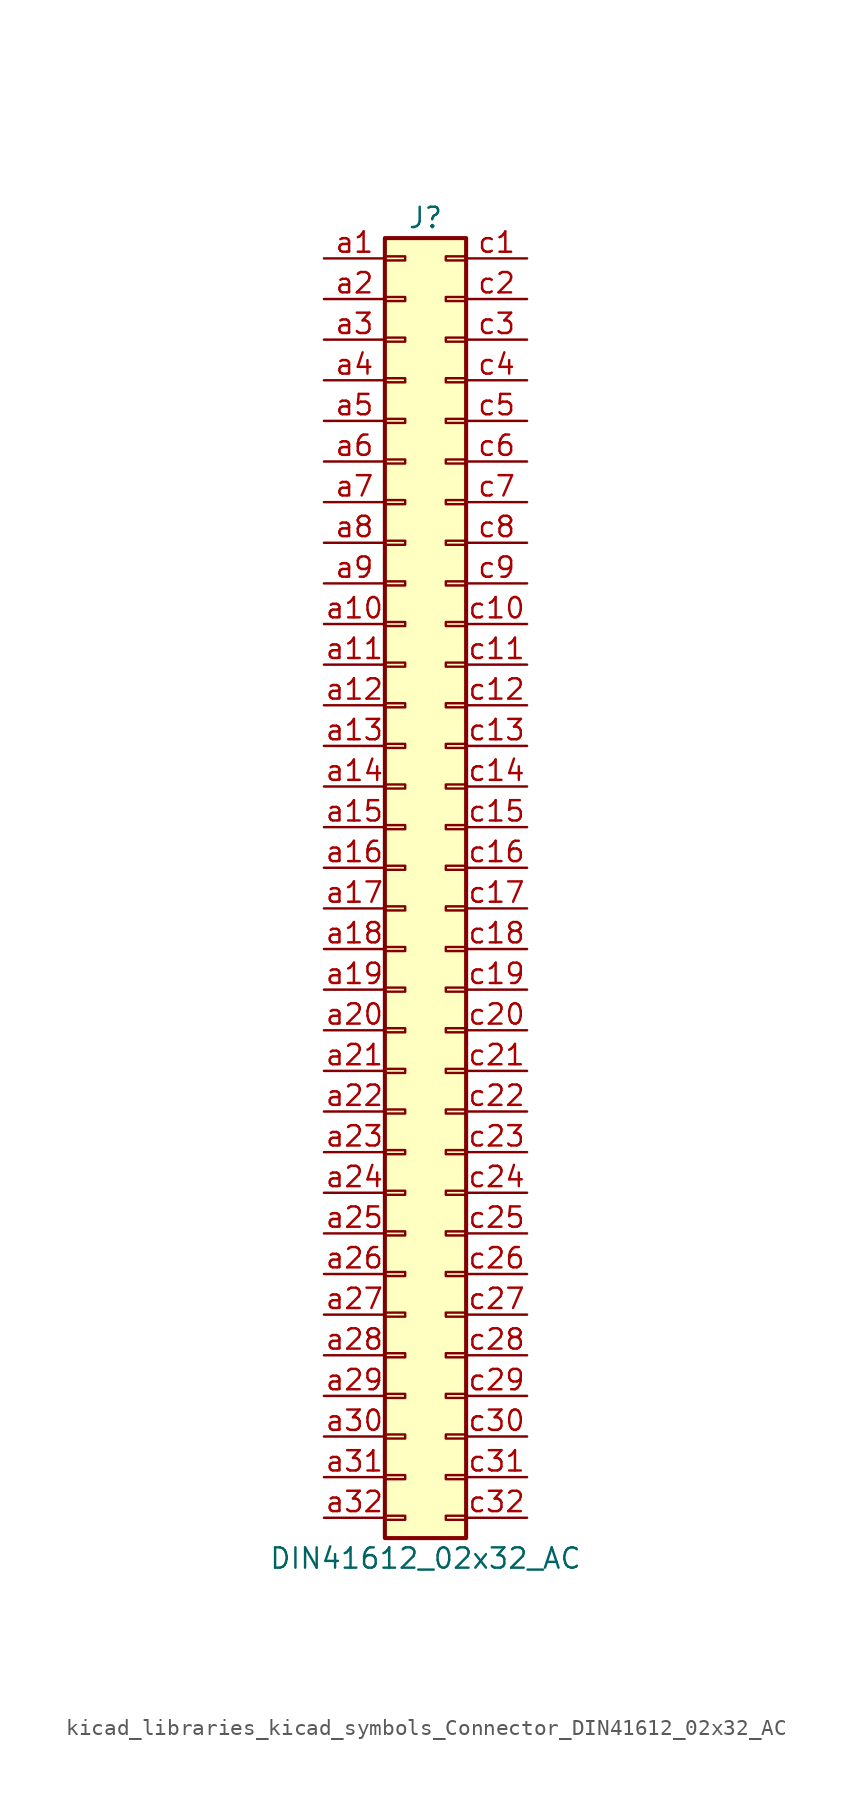
<source format=kicad_sym>
(kicad_symbol_lib
  (version 20220914)
  (generator kicad_symbol_editor)
  (symbol "kicad_libraries_kicad_symbols_Connector_DIN41612_02x32_AC"
    (pin_names
      (offset 1.016) hide)
    (property "Reference" "J"
      (at 1.27 40.64 0)
      (effects (font (size 1.27 1.27))))
    (property "Value" "DIN41612_02x32_AC"
      (at 1.27 -43.18 0)
      (effects (font (size 1.27 1.27))))
    (symbol "kicad_libraries_kicad_symbols_Connector_DIN41612_02x32_AC_1_1"
      (rectangle (start -1.27 -40.513) (end 0 -40.767) (stroke (width 0.152) (type default)) (fill (type none)))
      (rectangle (start -1.27 -37.973) (end 0 -38.227) (stroke (width 0.152) (type default)) (fill (type none)))
      (rectangle (start -1.27 -35.433) (end 0 -35.687) (stroke (width 0.152) (type default)) (fill (type none)))
      (rectangle (start -1.27 -32.893) (end 0 -33.147) (stroke (width 0.152) (type default)) (fill (type none)))
      (rectangle (start -1.27 -30.353) (end 0 -30.607) (stroke (width 0.152) (type default)) (fill (type none)))
      (rectangle (start -1.27 -27.813) (end 0 -28.067) (stroke (width 0.152) (type default)) (fill (type none)))
      (rectangle (start -1.27 -25.273) (end 0 -25.527) (stroke (width 0.152) (type default)) (fill (type none)))
      (rectangle (start -1.27 -22.733) (end 0 -22.987) (stroke (width 0.152) (type default)) (fill (type none)))
      (rectangle (start -1.27 -20.193) (end 0 -20.447) (stroke (width 0.152) (type default)) (fill (type none)))
      (rectangle (start -1.27 -17.653) (end 0 -17.907) (stroke (width 0.152) (type default)) (fill (type none)))
      (rectangle (start -1.27 -15.113) (end 0 -15.367) (stroke (width 0.152) (type default)) (fill (type none)))
      (rectangle (start -1.27 -12.573) (end 0 -12.827) (stroke (width 0.152) (type default)) (fill (type none)))
      (rectangle (start -1.27 -10.033) (end 0 -10.287) (stroke (width 0.152) (type default)) (fill (type none)))
      (rectangle (start -1.27 -7.493) (end 0 -7.747) (stroke (width 0.152) (type default)) (fill (type none)))
      (rectangle (start -1.27 -4.953) (end 0 -5.207) (stroke (width 0.152) (type default)) (fill (type none)))
      (rectangle (start -1.27 -2.413) (end 0 -2.667) (stroke (width 0.152) (type default)) (fill (type none)))
      (rectangle (start -1.27 0.127) (end 0 -0.127) (stroke (width 0.152) (type default)) (fill (type none)))
      (rectangle (start -1.27 2.667) (end 0 2.413) (stroke (width 0.152) (type default)) (fill (type none)))
      (rectangle (start -1.27 5.207) (end 0 4.953) (stroke (width 0.152) (type default)) (fill (type none)))
      (rectangle (start -1.27 7.747) (end 0 7.493) (stroke (width 0.152) (type default)) (fill (type none)))
      (rectangle (start -1.27 10.287) (end 0 10.033) (stroke (width 0.152) (type default)) (fill (type none)))
      (rectangle (start -1.27 12.827) (end 0 12.573) (stroke (width 0.152) (type default)) (fill (type none)))
      (rectangle (start -1.27 15.367) (end 0 15.113) (stroke (width 0.152) (type default)) (fill (type none)))
      (rectangle (start -1.27 17.907) (end 0 17.653) (stroke (width 0.152) (type default)) (fill (type none)))
      (rectangle (start -1.27 20.447) (end 0 20.193) (stroke (width 0.152) (type default)) (fill (type none)))
      (rectangle (start -1.27 22.987) (end 0 22.733) (stroke (width 0.152) (type default)) (fill (type none)))
      (rectangle (start -1.27 25.527) (end 0 25.273) (stroke (width 0.152) (type default)) (fill (type none)))
      (rectangle (start -1.27 28.067) (end 0 27.813) (stroke (width 0.152) (type default)) (fill (type none)))
      (rectangle (start -1.27 30.607) (end 0 30.353) (stroke (width 0.152) (type default)) (fill (type none)))
      (rectangle (start -1.27 33.147) (end 0 32.893) (stroke (width 0.152) (type default)) (fill (type none)))
      (rectangle (start -1.27 35.687) (end 0 35.433) (stroke (width 0.152) (type default)) (fill (type none)))
      (rectangle (start -1.27 38.227) (end 0 37.973) (stroke (width 0.152) (type default)) (fill (type none)))
      (rectangle (start -1.27 39.37) (end 3.81 -41.91) (stroke (width 0.254) (type default)) (fill (type background)))
      (rectangle (start 3.81 -40.513) (end 2.54 -40.767) (stroke (width 0.152) (type default)) (fill (type none)))
      (rectangle (start 3.81 -37.973) (end 2.54 -38.227) (stroke (width 0.152) (type default)) (fill (type none)))
      (rectangle (start 3.81 -35.433) (end 2.54 -35.687) (stroke (width 0.152) (type default)) (fill (type none)))
      (rectangle (start 3.81 -32.893) (end 2.54 -33.147) (stroke (width 0.152) (type default)) (fill (type none)))
      (rectangle (start 3.81 -30.353) (end 2.54 -30.607) (stroke (width 0.152) (type default)) (fill (type none)))
      (rectangle (start 3.81 -27.813) (end 2.54 -28.067) (stroke (width 0.152) (type default)) (fill (type none)))
      (rectangle (start 3.81 -25.273) (end 2.54 -25.527) (stroke (width 0.152) (type default)) (fill (type none)))
      (rectangle (start 3.81 -22.733) (end 2.54 -22.987) (stroke (width 0.152) (type default)) (fill (type none)))
      (rectangle (start 3.81 -20.193) (end 2.54 -20.447) (stroke (width 0.152) (type default)) (fill (type none)))
      (rectangle (start 3.81 -17.653) (end 2.54 -17.907) (stroke (width 0.152) (type default)) (fill (type none)))
      (rectangle (start 3.81 -15.113) (end 2.54 -15.367) (stroke (width 0.152) (type default)) (fill (type none)))
      (rectangle (start 3.81 -12.573) (end 2.54 -12.827) (stroke (width 0.152) (type default)) (fill (type none)))
      (rectangle (start 3.81 -10.033) (end 2.54 -10.287) (stroke (width 0.152) (type default)) (fill (type none)))
      (rectangle (start 3.81 -7.493) (end 2.54 -7.747) (stroke (width 0.152) (type default)) (fill (type none)))
      (rectangle (start 3.81 -4.953) (end 2.54 -5.207) (stroke (width 0.152) (type default)) (fill (type none)))
      (rectangle (start 3.81 -2.413) (end 2.54 -2.667) (stroke (width 0.152) (type default)) (fill (type none)))
      (rectangle (start 3.81 0.127) (end 2.54 -0.127) (stroke (width 0.152) (type default)) (fill (type none)))
      (rectangle (start 3.81 2.667) (end 2.54 2.413) (stroke (width 0.152) (type default)) (fill (type none)))
      (rectangle (start 3.81 5.207) (end 2.54 4.953) (stroke (width 0.152) (type default)) (fill (type none)))
      (rectangle (start 3.81 7.747) (end 2.54 7.493) (stroke (width 0.152) (type default)) (fill (type none)))
      (rectangle (start 3.81 10.287) (end 2.54 10.033) (stroke (width 0.152) (type default)) (fill (type none)))
      (rectangle (start 3.81 12.827) (end 2.54 12.573) (stroke (width 0.152) (type default)) (fill (type none)))
      (rectangle (start 3.81 15.367) (end 2.54 15.113) (stroke (width 0.152) (type default)) (fill (type none)))
      (rectangle (start 3.81 17.907) (end 2.54 17.653) (stroke (width 0.152) (type default)) (fill (type none)))
      (rectangle (start 3.81 20.447) (end 2.54 20.193) (stroke (width 0.152) (type default)) (fill (type none)))
      (rectangle (start 3.81 22.987) (end 2.54 22.733) (stroke (width 0.152) (type default)) (fill (type none)))
      (rectangle (start 3.81 25.527) (end 2.54 25.273) (stroke (width 0.152) (type default)) (fill (type none)))
      (rectangle (start 3.81 28.067) (end 2.54 27.813) (stroke (width 0.152) (type default)) (fill (type none)))
      (rectangle (start 3.81 30.607) (end 2.54 30.353) (stroke (width 0.152) (type default)) (fill (type none)))
      (rectangle (start 3.81 33.147) (end 2.54 32.893) (stroke (width 0.152) (type default)) (fill (type none)))
      (rectangle (start 3.81 35.687) (end 2.54 35.433) (stroke (width 0.152) (type default)) (fill (type none)))
      (rectangle (start 3.81 38.227) (end 2.54 37.973) (stroke (width 0.152) (type default)) (fill (type none)))
      (pin passive line (at -5.08 38.1 0) (length 3.81) (name "Pin_a1" (effects (font (size 1.27 1.27)))) (number "a1" (effects (font (size 1.27 1.27)))))
      (pin passive line (at -5.08 15.24 0) (length 3.81) (name "Pin_a10" (effects (font (size 1.27 1.27)))) (number "a10" (effects (font (size 1.27 1.27)))))
      (pin passive line (at -5.08 12.7 0) (length 3.81) (name "Pin_a11" (effects (font (size 1.27 1.27)))) (number "a11" (effects (font (size 1.27 1.27)))))
      (pin passive line (at -5.08 10.16 0) (length 3.81) (name "Pin_a12" (effects (font (size 1.27 1.27)))) (number "a12" (effects (font (size 1.27 1.27)))))
      (pin passive line (at -5.08 7.62 0) (length 3.81) (name "Pin_a13" (effects (font (size 1.27 1.27)))) (number "a13" (effects (font (size 1.27 1.27)))))
      (pin passive line (at -5.08 5.08 0) (length 3.81) (name "Pin_a14" (effects (font (size 1.27 1.27)))) (number "a14" (effects (font (size 1.27 1.27)))))
      (pin passive line (at -5.08 2.54 0) (length 3.81) (name "Pin_a15" (effects (font (size 1.27 1.27)))) (number "a15" (effects (font (size 1.27 1.27)))))
      (pin passive line (at -5.08 0 0) (length 3.81) (name "Pin_a16" (effects (font (size 1.27 1.27)))) (number "a16" (effects (font (size 1.27 1.27)))))
      (pin passive line (at -5.08 -2.54 0) (length 3.81) (name "Pin_a17" (effects (font (size 1.27 1.27)))) (number "a17" (effects (font (size 1.27 1.27)))))
      (pin passive line (at -5.08 -5.08 0) (length 3.81) (name "Pin_a18" (effects (font (size 1.27 1.27)))) (number "a18" (effects (font (size 1.27 1.27)))))
      (pin passive line (at -5.08 -7.62 0) (length 3.81) (name "Pin_a19" (effects (font (size 1.27 1.27)))) (number "a19" (effects (font (size 1.27 1.27)))))
      (pin passive line (at -5.08 35.56 0) (length 3.81) (name "Pin_a2" (effects (font (size 1.27 1.27)))) (number "a2" (effects (font (size 1.27 1.27)))))
      (pin passive line (at -5.08 -10.16 0) (length 3.81) (name "Pin_a20" (effects (font (size 1.27 1.27)))) (number "a20" (effects (font (size 1.27 1.27)))))
      (pin passive line (at -5.08 -12.7 0) (length 3.81) (name "Pin_a21" (effects (font (size 1.27 1.27)))) (number "a21" (effects (font (size 1.27 1.27)))))
      (pin passive line (at -5.08 -15.24 0) (length 3.81) (name "Pin_a22" (effects (font (size 1.27 1.27)))) (number "a22" (effects (font (size 1.27 1.27)))))
      (pin passive line (at -5.08 -17.78 0) (length 3.81) (name "Pin_a23" (effects (font (size 1.27 1.27)))) (number "a23" (effects (font (size 1.27 1.27)))))
      (pin passive line (at -5.08 -20.32 0) (length 3.81) (name "Pin_a24" (effects (font (size 1.27 1.27)))) (number "a24" (effects (font (size 1.27 1.27)))))
      (pin passive line (at -5.08 -22.86 0) (length 3.81) (name "Pin_a25" (effects (font (size 1.27 1.27)))) (number "a25" (effects (font (size 1.27 1.27)))))
      (pin passive line (at -5.08 -25.4 0) (length 3.81) (name "Pin_a26" (effects (font (size 1.27 1.27)))) (number "a26" (effects (font (size 1.27 1.27)))))
      (pin passive line (at -5.08 -27.94 0) (length 3.81) (name "Pin_a27" (effects (font (size 1.27 1.27)))) (number "a27" (effects (font (size 1.27 1.27)))))
      (pin passive line (at -5.08 -30.48 0) (length 3.81) (name "Pin_a28" (effects (font (size 1.27 1.27)))) (number "a28" (effects (font (size 1.27 1.27)))))
      (pin passive line (at -5.08 -33.02 0) (length 3.81) (name "Pin_a29" (effects (font (size 1.27 1.27)))) (number "a29" (effects (font (size 1.27 1.27)))))
      (pin passive line (at -5.08 33.02 0) (length 3.81) (name "Pin_a3" (effects (font (size 1.27 1.27)))) (number "a3" (effects (font (size 1.27 1.27)))))
      (pin passive line (at -5.08 -35.56 0) (length 3.81) (name "Pin_a30" (effects (font (size 1.27 1.27)))) (number "a30" (effects (font (size 1.27 1.27)))))
      (pin passive line (at -5.08 -38.1 0) (length 3.81) (name "Pin_a31" (effects (font (size 1.27 1.27)))) (number "a31" (effects (font (size 1.27 1.27)))))
      (pin passive line (at -5.08 -40.64 0) (length 3.81) (name "Pin_a32" (effects (font (size 1.27 1.27)))) (number "a32" (effects (font (size 1.27 1.27)))))
      (pin passive line (at -5.08 30.48 0) (length 3.81) (name "Pin_a4" (effects (font (size 1.27 1.27)))) (number "a4" (effects (font (size 1.27 1.27)))))
      (pin passive line (at -5.08 27.94 0) (length 3.81) (name "Pin_a5" (effects (font (size 1.27 1.27)))) (number "a5" (effects (font (size 1.27 1.27)))))
      (pin passive line (at -5.08 25.4 0) (length 3.81) (name "Pin_a6" (effects (font (size 1.27 1.27)))) (number "a6" (effects (font (size 1.27 1.27)))))
      (pin passive line (at -5.08 22.86 0) (length 3.81) (name "Pin_a7" (effects (font (size 1.27 1.27)))) (number "a7" (effects (font (size 1.27 1.27)))))
      (pin passive line (at -5.08 20.32 0) (length 3.81) (name "Pin_a8" (effects (font (size 1.27 1.27)))) (number "a8" (effects (font (size 1.27 1.27)))))
      (pin passive line (at -5.08 17.78 0) (length 3.81) (name "Pin_a9" (effects (font (size 1.27 1.27)))) (number "a9" (effects (font (size 1.27 1.27)))))
      (pin passive line (at 7.62 38.1 180) (length 3.81) (name "Pin_c1" (effects (font (size 1.27 1.27)))) (number "c1" (effects (font (size 1.27 1.27)))))
      (pin passive line (at 7.62 15.24 180) (length 3.81) (name "Pin_c10" (effects (font (size 1.27 1.27)))) (number "c10" (effects (font (size 1.27 1.27)))))
      (pin passive line (at 7.62 12.7 180) (length 3.81) (name "Pin_c11" (effects (font (size 1.27 1.27)))) (number "c11" (effects (font (size 1.27 1.27)))))
      (pin passive line (at 7.62 10.16 180) (length 3.81) (name "Pin_c12" (effects (font (size 1.27 1.27)))) (number "c12" (effects (font (size 1.27 1.27)))))
      (pin passive line (at 7.62 7.62 180) (length 3.81) (name "Pin_c13" (effects (font (size 1.27 1.27)))) (number "c13" (effects (font (size 1.27 1.27)))))
      (pin passive line (at 7.62 5.08 180) (length 3.81) (name "Pin_c14" (effects (font (size 1.27 1.27)))) (number "c14" (effects (font (size 1.27 1.27)))))
      (pin passive line (at 7.62 2.54 180) (length 3.81) (name "Pin_c15" (effects (font (size 1.27 1.27)))) (number "c15" (effects (font (size 1.27 1.27)))))
      (pin passive line (at 7.62 0 180) (length 3.81) (name "Pin_c16" (effects (font (size 1.27 1.27)))) (number "c16" (effects (font (size 1.27 1.27)))))
      (pin passive line (at 7.62 -2.54 180) (length 3.81) (name "Pin_c17" (effects (font (size 1.27 1.27)))) (number "c17" (effects (font (size 1.27 1.27)))))
      (pin passive line (at 7.62 -5.08 180) (length 3.81) (name "Pin_c18" (effects (font (size 1.27 1.27)))) (number "c18" (effects (font (size 1.27 1.27)))))
      (pin passive line (at 7.62 -7.62 180) (length 3.81) (name "Pin_c19" (effects (font (size 1.27 1.27)))) (number "c19" (effects (font (size 1.27 1.27)))))
      (pin passive line (at 7.62 35.56 180) (length 3.81) (name "Pin_c2" (effects (font (size 1.27 1.27)))) (number "c2" (effects (font (size 1.27 1.27)))))
      (pin passive line (at 7.62 -10.16 180) (length 3.81) (name "Pin_c20" (effects (font (size 1.27 1.27)))) (number "c20" (effects (font (size 1.27 1.27)))))
      (pin passive line (at 7.62 -12.7 180) (length 3.81) (name "Pin_c21" (effects (font (size 1.27 1.27)))) (number "c21" (effects (font (size 1.27 1.27)))))
      (pin passive line (at 7.62 -15.24 180) (length 3.81) (name "Pin_c22" (effects (font (size 1.27 1.27)))) (number "c22" (effects (font (size 1.27 1.27)))))
      (pin passive line (at 7.62 -17.78 180) (length 3.81) (name "Pin_c23" (effects (font (size 1.27 1.27)))) (number "c23" (effects (font (size 1.27 1.27)))))
      (pin passive line (at 7.62 -20.32 180) (length 3.81) (name "Pin_c24" (effects (font (size 1.27 1.27)))) (number "c24" (effects (font (size 1.27 1.27)))))
      (pin passive line (at 7.62 -22.86 180) (length 3.81) (name "Pin_c25" (effects (font (size 1.27 1.27)))) (number "c25" (effects (font (size 1.27 1.27)))))
      (pin passive line (at 7.62 -25.4 180) (length 3.81) (name "Pin_c26" (effects (font (size 1.27 1.27)))) (number "c26" (effects (font (size 1.27 1.27)))))
      (pin passive line (at 7.62 -27.94 180) (length 3.81) (name "Pin_c27" (effects (font (size 1.27 1.27)))) (number "c27" (effects (font (size 1.27 1.27)))))
      (pin passive line (at 7.62 -30.48 180) (length 3.81) (name "Pin_c28" (effects (font (size 1.27 1.27)))) (number "c28" (effects (font (size 1.27 1.27)))))
      (pin passive line (at 7.62 -33.02 180) (length 3.81) (name "Pin_c29" (effects (font (size 1.27 1.27)))) (number "c29" (effects (font (size 1.27 1.27)))))
      (pin passive line (at 7.62 33.02 180) (length 3.81) (name "Pin_c3" (effects (font (size 1.27 1.27)))) (number "c3" (effects (font (size 1.27 1.27)))))
      (pin passive line (at 7.62 -35.56 180) (length 3.81) (name "Pin_c30" (effects (font (size 1.27 1.27)))) (number "c30" (effects (font (size 1.27 1.27)))))
      (pin passive line (at 7.62 -38.1 180) (length 3.81) (name "Pin_c31" (effects (font (size 1.27 1.27)))) (number "c31" (effects (font (size 1.27 1.27)))))
      (pin passive line (at 7.62 -40.64 180) (length 3.81) (name "Pin_c32" (effects (font (size 1.27 1.27)))) (number "c32" (effects (font (size 1.27 1.27)))))
      (pin passive line (at 7.62 30.48 180) (length 3.81) (name "Pin_c4" (effects (font (size 1.27 1.27)))) (number "c4" (effects (font (size 1.27 1.27)))))
      (pin passive line (at 7.62 27.94 180) (length 3.81) (name "Pin_c5" (effects (font (size 1.27 1.27)))) (number "c5" (effects (font (size 1.27 1.27)))))
      (pin passive line (at 7.62 25.4 180) (length 3.81) (name "Pin_c6" (effects (font (size 1.27 1.27)))) (number "c6" (effects (font (size 1.27 1.27)))))
      (pin passive line (at 7.62 22.86 180) (length 3.81) (name "Pin_c7" (effects (font (size 1.27 1.27)))) (number "c7" (effects (font (size 1.27 1.27)))))
      (pin passive line (at 7.62 20.32 180) (length 3.81) (name "Pin_c8" (effects (font (size 1.27 1.27)))) (number "c8" (effects (font (size 1.27 1.27)))))
      (pin passive line (at 7.62 17.78 180) (length 3.81) (name "Pin_c9" (effects (font (size 1.27 1.27)))) (number "c9" (effects (font (size 1.27 1.27))))))))
</source>
